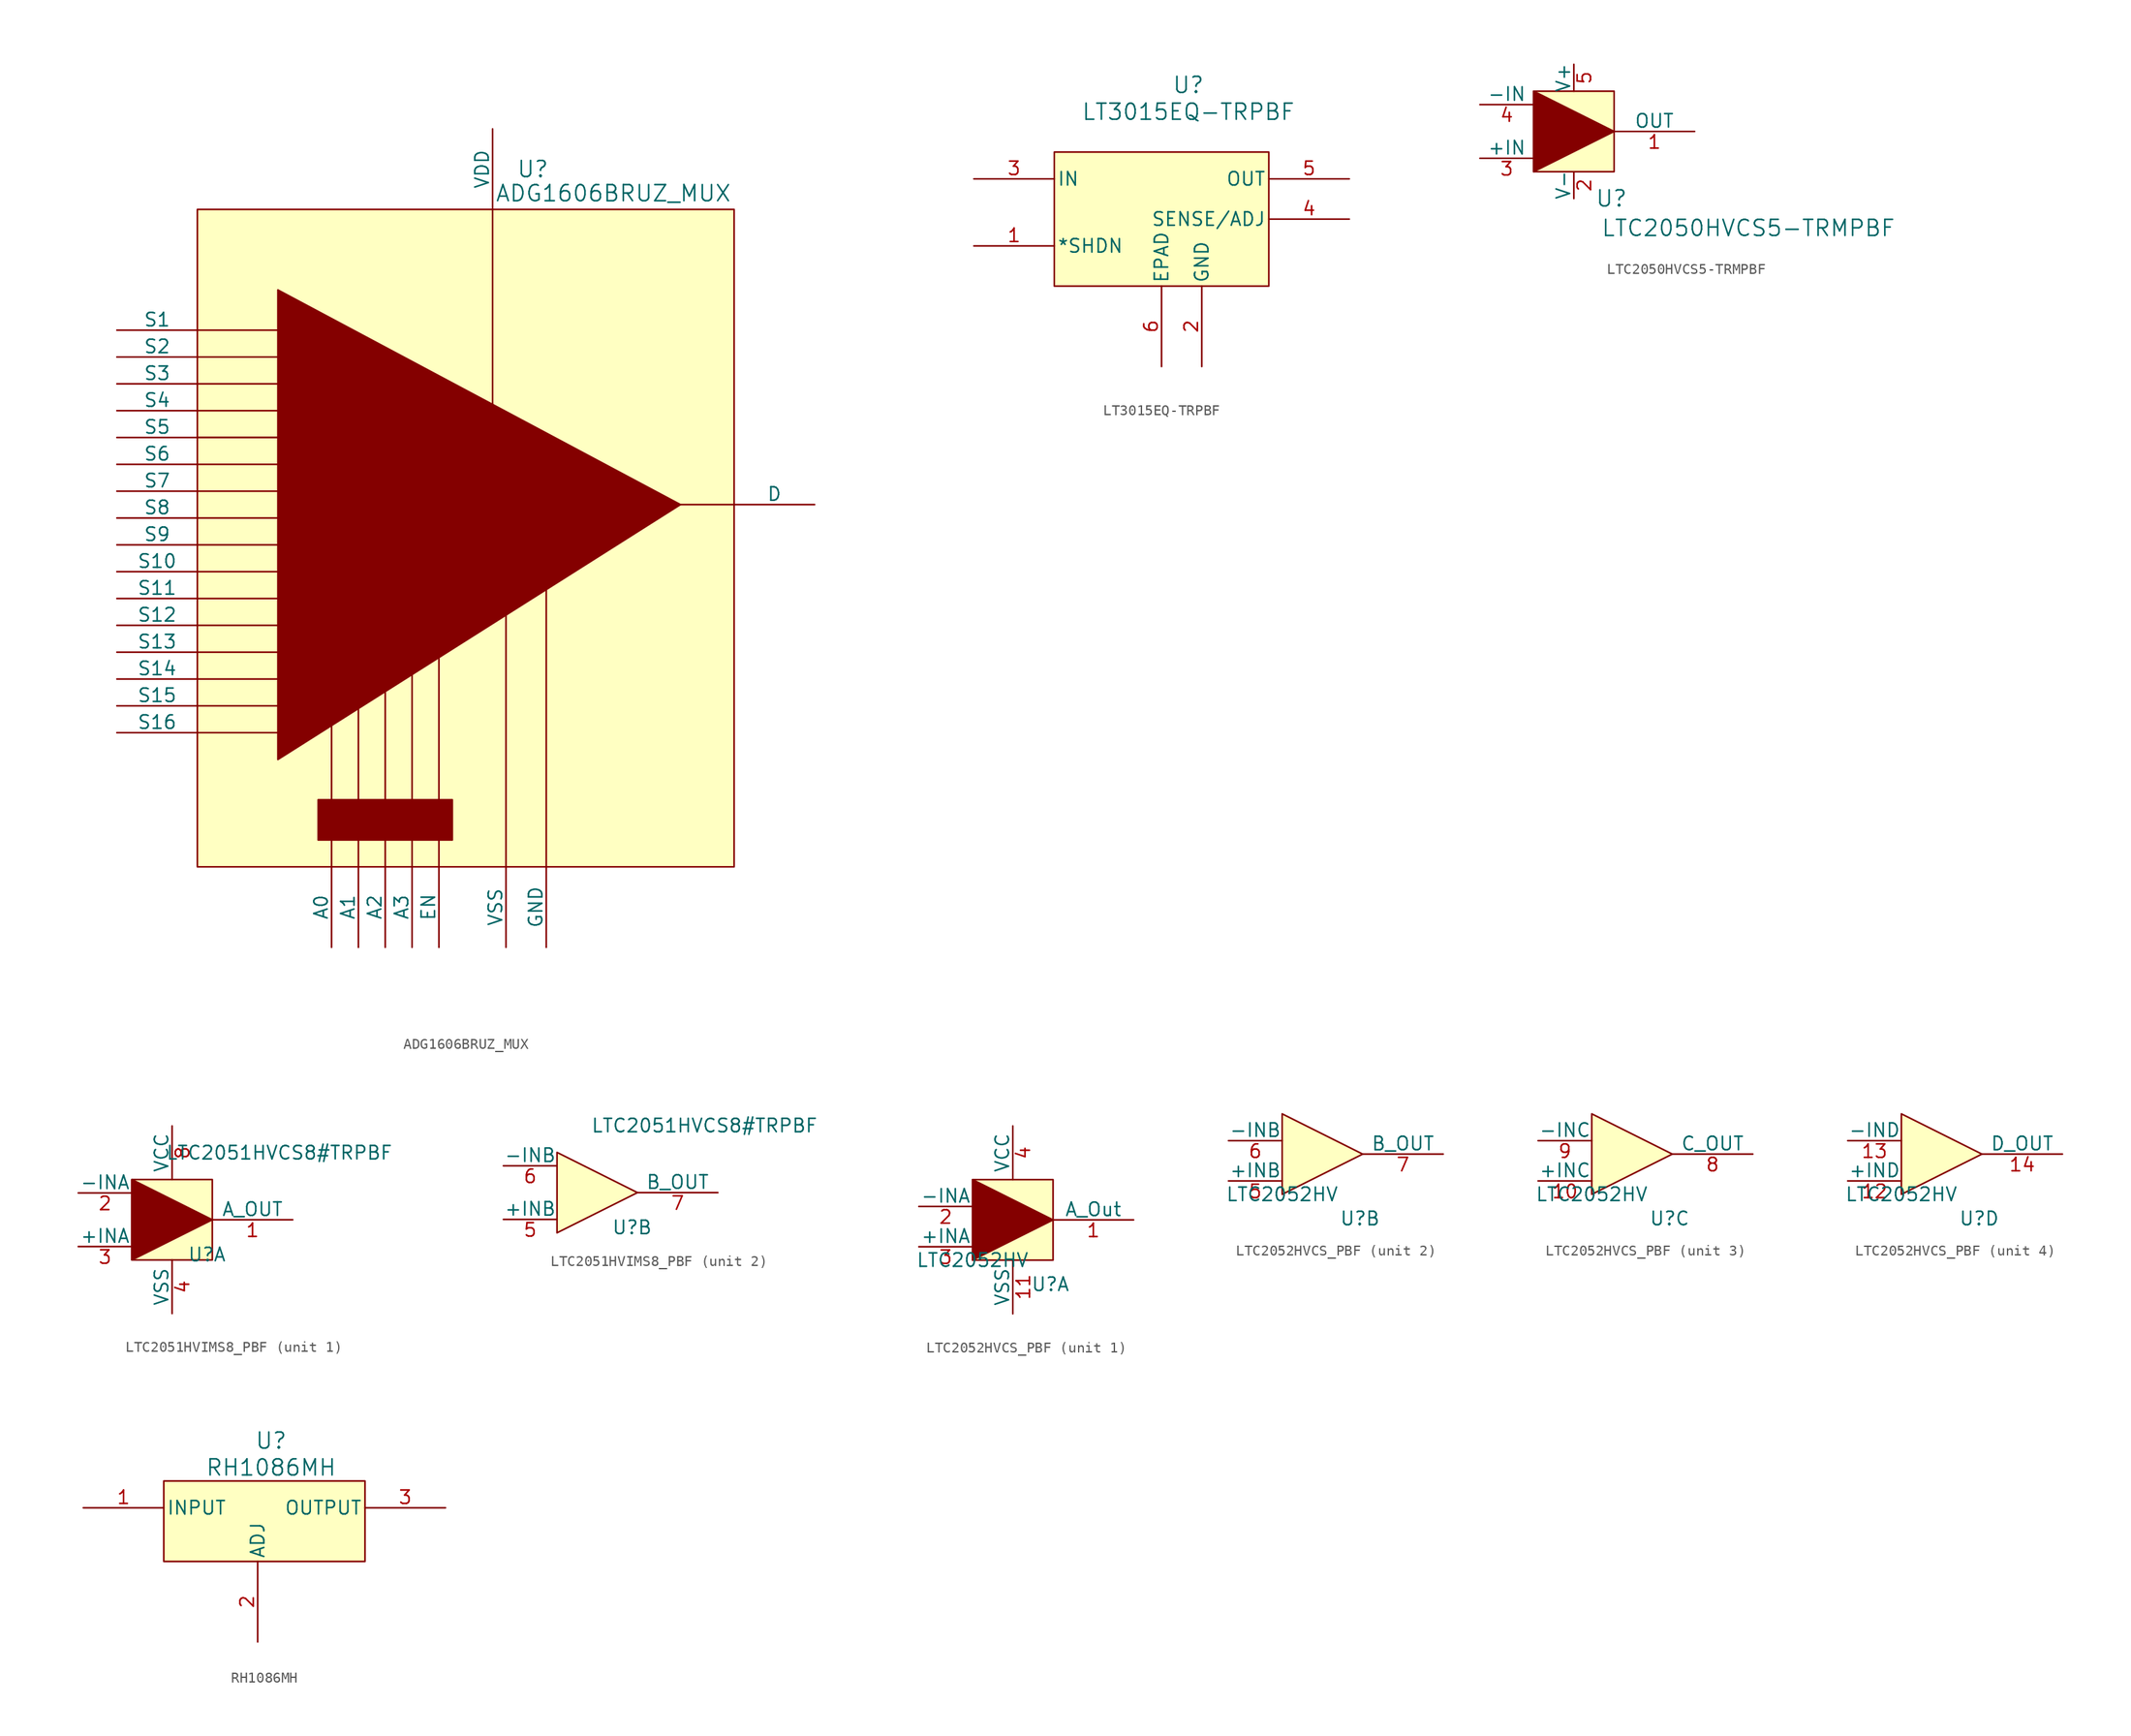
<source format=kicad_sym>
(kicad_symbol_lib
  (version 20241209)
  (generator "kicad_symbol_editor")
  (generator_version "9.0")
  (symbol "ADG1606BRUZ_MUX"
    (pin_numbers
      (hide yes))
    (pin_names
      (offset 0))
    (property "Reference" "U"
      (at 31.75 66.04 0)
      (effects (font (size 1.524 1.524))))
    (property "Value" "ADG1606BRUZ_MUX"
      (at 39.37 63.754 0)
      (effects (font (size 1.524 1.524))))
    (symbol "ADG1606BRUZ_MUX_0_1"
      (polyline (pts (xy 0 43.18) (xy 7.62 43.18)) (stroke (width 0) (type default)) (fill (type none)))
      (polyline (pts (xy 0 40.64) (xy 7.62 40.64)) (stroke (width 0) (type default)) (fill (type none)))
      (polyline (pts (xy 0 30.48) (xy 7.62 30.48)) (stroke (width 0) (type default)) (fill (type none)))
      (polyline (pts (xy 0 27.94) (xy 7.62 27.94)) (stroke (width 0) (type default)) (fill (type none)))
      (polyline (pts (xy 0 15.24) (xy 7.62 15.24)) (stroke (width 0) (type default)) (fill (type none)))
      (polyline (pts (xy 0 12.7) (xy 7.62 12.7)) (stroke (width 0) (type default)) (fill (type none)))
      (pin bidirectional line (at -7.62 50.8 0) (length 7.62) (name "S1" (effects (font (size 1.27 1.27)))) (number "19" (effects (font (size 1.27 1.27)))))
      (pin bidirectional line (at -7.62 48.26 0) (length 7.62) (name "S2" (effects (font (size 1.27 1.27)))) (number "20" (effects (font (size 1.27 1.27)))))
      (pin bidirectional line (at -7.62 45.72 0) (length 7.62) (name "S3" (effects (font (size 1.27 1.27)))) (number "21" (effects (font (size 1.27 1.27)))))
      (pin bidirectional line (at -7.62 43.18 0) (length 7.62) (name "S4" (effects (font (size 1.27 1.27)))) (number "22" (effects (font (size 1.27 1.27)))))
      (pin bidirectional line (at -7.62 40.64 0) (length 7.62) (name "S5" (effects (font (size 1.27 1.27)))) (number "23" (effects (font (size 1.27 1.27)))))
      (pin bidirectional line (at -7.62 38.1 0) (length 7.62) (name "S6" (effects (font (size 1.27 1.27)))) (number "24" (effects (font (size 1.27 1.27)))))
      (pin bidirectional line (at -7.62 35.56 0) (length 7.62) (name "S7" (effects (font (size 1.27 1.27)))) (number "25" (effects (font (size 1.27 1.27)))))
      (pin bidirectional line (at -7.62 33.02 0) (length 7.62) (name "S8" (effects (font (size 1.27 1.27)))) (number "26" (effects (font (size 1.27 1.27)))))
      (pin bidirectional line (at -7.62 30.48 0) (length 7.62) (name "S9" (effects (font (size 1.27 1.27)))) (number "11" (effects (font (size 1.27 1.27)))))
      (pin bidirectional line (at -7.62 27.94 0) (length 7.62) (name "S10" (effects (font (size 1.27 1.27)))) (number "10" (effects (font (size 1.27 1.27)))))
      (pin bidirectional line (at -7.62 25.4 0) (length 7.62) (name "S11" (effects (font (size 1.27 1.27)))) (number "9" (effects (font (size 1.27 1.27)))))
      (pin bidirectional line (at -7.62 22.86 0) (length 7.62) (name "S12" (effects (font (size 1.27 1.27)))) (number "8" (effects (font (size 1.27 1.27)))))
      (pin bidirectional line (at -7.62 20.32 0) (length 7.62) (name "S13" (effects (font (size 1.27 1.27)))) (number "7" (effects (font (size 1.27 1.27)))))
      (pin bidirectional line (at -7.62 17.78 0) (length 7.62) (name "S14" (effects (font (size 1.27 1.27)))) (number "6" (effects (font (size 1.27 1.27)))))
      (pin bidirectional line (at -7.62 15.24 0) (length 7.62) (name "S15" (effects (font (size 1.27 1.27)))) (number "5" (effects (font (size 1.27 1.27)))))
      (pin bidirectional line (at -7.62 12.7 0) (length 7.62) (name "S16" (effects (font (size 1.27 1.27)))) (number "4" (effects (font (size 1.27 1.27)))))
      (pin input line (at 12.7 -7.62 90) (length 7.62) (name "A0" (effects (font (size 1.27 1.27)))) (number "17" (effects (font (size 1.27 1.27)))))
      (pin input line (at 15.24 -7.62 90) (length 7.62) (name "A1" (effects (font (size 1.27 1.27)))) (number "16" (effects (font (size 1.27 1.27)))))
      (pin input line (at 17.78 -7.62 90) (length 7.62) (name "A2" (effects (font (size 1.27 1.27)))) (number "15" (effects (font (size 1.27 1.27)))))
      (pin input line (at 20.32 -7.62 90) (length 7.62) (name "A3" (effects (font (size 1.27 1.27)))) (number "14" (effects (font (size 1.27 1.27)))))
      (pin input line (at 22.86 -7.62 90) (length 7.62) (name "EN" (effects (font (size 1.27 1.27)))) (number "18" (effects (font (size 1.27 1.27)))))
      (pin power_in line (at 27.94 69.85 270) (length 7.62) (name "VDD" (effects (font (size 1.27 1.27)))) (number "1" (effects (font (size 1.27 1.27)))))
      (pin power_in line (at 29.21 -7.62 90) (length 7.62) (name "VSS" (effects (font (size 1.27 1.27)))) (number "27" (effects (font (size 1.27 1.27)))))
      (pin power_in line (at 33.02 -7.62 90) (length 7.62) (name "GND" (effects (font (size 1.27 1.27)))) (number "12" (effects (font (size 1.27 1.27)))))
      (pin bidirectional line (at 58.42 34.29 180) (length 7.62) (name "D" (effects (font (size 1.27 1.27)))) (number "28" (effects (font (size 1.27 1.27))))))
    (symbol "ADG1606BRUZ_MUX_1_1"
      (rectangle (start 0 62.23) (end 50.8 0) (stroke (width 0) (type default)) (fill (type background)))
      (polyline (pts (xy 0 50.8) (xy 7.62 50.8)) (stroke (width 0) (type default)) (fill (type none)))
      (polyline (pts (xy 0 48.26) (xy 7.62 48.26)) (stroke (width 0) (type default)) (fill (type none)))
      (polyline (pts (xy 0 45.72) (xy 7.62 45.72)) (stroke (width 0) (type default)) (fill (type none)))
      (polyline (pts (xy 0 40.64) (xy 7.62 40.64)) (stroke (width 0) (type default)) (fill (type none)))
      (polyline (pts (xy 0 38.1) (xy 7.62 38.1)) (stroke (width 0) (type default)) (fill (type none)))
      (polyline (pts (xy 0 35.56) (xy 7.62 35.56)) (stroke (width 0) (type default)) (fill (type none)))
      (polyline (pts (xy 0 33.02) (xy 7.62 33.02)) (stroke (width 0) (type default)) (fill (type none)))
      (polyline (pts (xy 0 25.4) (xy 7.62 25.4)) (stroke (width 0) (type default)) (fill (type none)))
      (polyline (pts (xy 0 22.86) (xy 7.62 22.86)) (stroke (width 0) (type default)) (fill (type none)))
      (polyline (pts (xy 0 20.32) (xy 7.62 20.32)) (stroke (width 0) (type default)) (fill (type none)))
      (polyline (pts (xy 0 17.78) (xy 7.62 17.78)) (stroke (width 0) (type default)) (fill (type none)))
      (polyline (pts (xy 7.62 10.16) (xy 7.62 54.61) (xy 45.72 34.29) (xy 7.62 10.16)) (stroke (width 0) (type default)) (fill (type outline)))
      (rectangle (start 11.43 6.35) (end 24.13 2.54) (stroke (width 0) (type default)) (fill (type outline)))
      (polyline (pts (xy 12.7 0) (xy 12.7 13.97)) (stroke (width 0) (type default)) (fill (type none)))
      (polyline (pts (xy 15.24 0) (xy 15.24 15.24)) (stroke (width 0) (type default)) (fill (type none)))
      (polyline (pts (xy 17.78 0) (xy 17.78 16.51)) (stroke (width 0) (type default)) (fill (type none)))
      (polyline (pts (xy 20.32 0) (xy 20.32 20.32)) (stroke (width 0) (type default)) (fill (type none)))
      (polyline (pts (xy 22.86 0) (xy 22.86 20.32)) (stroke (width 0) (type default)) (fill (type none)))
      (polyline (pts (xy 27.94 62.23) (xy 27.94 43.18)) (stroke (width 0) (type default)) (fill (type none)))
      (polyline (pts (xy 29.21 0) (xy 29.21 26.67)) (stroke (width 0) (type default)) (fill (type none)))
      (polyline (pts (xy 33.02 0) (xy 33.02 27.94)) (stroke (width 0) (type default)) (fill (type none)))
      (polyline (pts (xy 50.8 34.29) (xy 45.72 34.29)) (stroke (width 0) (type default)) (fill (type none)))
      (pin no_connect line (at -7.62 8.89 0) (length 7.62) (hide yes) (name "NC" (effects (font (size 1.27 1.27)))) (number "2" (effects (font (size 1.27 1.27)))))
      (pin no_connect line (at -7.62 6.35 0) (length 7.62) (hide yes) (name "NC" (effects (font (size 1.27 1.27)))) (number "3" (effects (font (size 1.27 1.27)))))
      (pin no_connect line (at -7.62 3.81 0) (length 7.62) (hide yes) (name "NC" (effects (font (size 1.27 1.27)))) (number "13" (effects (font (size 1.27 1.27)))))))
  (symbol "LT3015EQ-TRPBF"
    (pin_names
      (offset 0.254))
    (property "Reference" "U"
      (at 25.4 10.16 0)
      (effects (font (size 1.524 1.524))))
    (property "Value" "LT3015EQ-TRPBF"
      (at 25.4 7.62 0)
      (effects (font (size 1.524 1.524))))
    (property "ki_locked" ""
      (at 0 0 0)
      (effects (font (size 1.27 1.27))))
    (symbol "LT3015EQ-TRPBF_0_1"
      (pin input line (at 5.08 1.27 0) (length 7.62) (name "IN" (effects (font (size 1.27 1.27)))) (number "3" (effects (font (size 1.27 1.27)))))
      (pin bidirectional line (at 5.08 -5.08 0) (length 7.62) (name "*SHDN" (effects (font (size 1.27 1.27)))) (number "1" (effects (font (size 1.27 1.27)))))
      (pin unspecified line (at 22.86 -16.51 90) (length 7.62) (name "EPAD" (effects (font (size 1.27 1.27)))) (number "6" (effects (font (size 1.27 1.27)))))
      (pin power_in line (at 26.67 -16.51 90) (length 7.62) (name "GND" (effects (font (size 1.27 1.27)))) (number "2" (effects (font (size 1.27 1.27)))))
      (pin output line (at 40.64 1.27 180) (length 7.62) (name "OUT" (effects (font (size 1.27 1.27)))) (number "5" (effects (font (size 1.27 1.27)))))
      (pin input line (at 40.64 -2.54 180) (length 7.62) (name "SENSE/ADJ" (effects (font (size 1.27 1.27)))) (number "4" (effects (font (size 1.27 1.27))))))
    (symbol "LT3015EQ-TRPBF_1_1"
      (rectangle (start 12.7 3.81) (end 33.02 -8.89) (stroke (width 0) (type default)) (fill (type background)))))
  (symbol "LTC2050HVCS5-TRMPBF"
    (pin_names
      (offset 0))
    (property "Reference" "U"
      (at 7.366 -2.54 0)
      (effects (font (size 1.524 1.524))))
    (property "Value" "LTC2050HVCS5-TRMPBF"
      (at 20.32 -5.334 0)
      (effects (font (size 1.524 1.524))))
    (symbol "LTC2050HVCS5-TRMPBF_1_1"
      (rectangle (start 0 7.62) (end 7.62 0) (stroke (width 0) (type default)) (fill (type background)))
      (polyline (pts (xy 0 0) (xy 0 7.62) (xy 7.62 3.81) (xy 0 0)) (stroke (width 0) (type default)) (fill (type outline)))
      (pin input line (at -5.08 6.35 0) (length 5.08) (name "-IN" (effects (font (size 1.27 1.27)))) (number "4" (effects (font (size 1.27 1.27)))))
      (pin input line (at -5.08 1.27 0) (length 5.08) (name "+IN" (effects (font (size 1.27 1.27)))) (number "3" (effects (font (size 1.27 1.27)))))
      (pin power_in line (at 3.81 10.16 270) (length 2.54) (name "V+" (effects (font (size 1.27 1.27)))) (number "5" (effects (font (size 1.27 1.27)))))
      (pin power_in line (at 3.81 -2.54 90) (length 2.54) (name "V-" (effects (font (size 1.27 1.27)))) (number "2" (effects (font (size 1.27 1.27)))))
      (pin output line (at 15.24 3.81 180) (length 7.62) (name "OUT" (effects (font (size 1.27 1.27)))) (number "1" (effects (font (size 1.27 1.27)))))))
  (symbol "LTC2051HVIMS8_PBF"
    (pin_names
      (offset 0))
    (property "Reference" "U"
      (at 7.112 0.508 0)
      (effects (font (size 1.27 1.27))))
    (property "Value" "LTC2051HVCS8#TRPBF"
      (at 13.97 10.16 0)
      (effects (font (size 1.27 1.27))))
    (property "ki_locked" ""
      (at 0 0 0)
      (effects (font (size 1.27 1.27))))
    (symbol "LTC2051HVIMS8_PBF_1_1"
      (rectangle (start 0 7.62) (end 7.62 0) (stroke (width 0) (type default)) (fill (type background)))
      (polyline (pts (xy 0 0) (xy 0 7.62) (xy 7.62 3.81) (xy 0 0)) (stroke (width 0) (type default)) (fill (type outline)))
      (pin input line (at -5.08 6.35 0) (length 5.08) (name "-INA" (effects (font (size 1.27 1.27)))) (number "2" (effects (font (size 1.27 1.27)))))
      (pin input line (at -5.08 1.27 0) (length 5.08) (name "+INA" (effects (font (size 1.27 1.27)))) (number "3" (effects (font (size 1.27 1.27)))))
      (pin power_in line (at 3.81 12.7 270) (length 5.08) (name "VCC" (effects (font (size 1.27 1.27)))) (number "8" (effects (font (size 1.27 1.27)))))
      (pin power_in line (at 3.81 -5.08 90) (length 5.08) (name "VSS" (effects (font (size 1.27 1.27)))) (number "4" (effects (font (size 1.27 1.27)))))
      (pin output line (at 15.24 3.81 180) (length 7.62) (name "A_OUT" (effects (font (size 1.27 1.27)))) (number "1" (effects (font (size 1.27 1.27))))))
    (symbol "LTC2051HVIMS8_PBF_2_1"
      (polyline (pts (xy 0 0) (xy 0 7.62) (xy 7.62 3.81) (xy 0 0)) (stroke (width 0) (type default)) (fill (type background)))
      (pin input line (at -5.08 6.35 0) (length 5.08) (name "-INB" (effects (font (size 1.27 1.27)))) (number "6" (effects (font (size 1.27 1.27)))))
      (pin input line (at -5.08 1.27 0) (length 5.08) (name "+INB" (effects (font (size 1.27 1.27)))) (number "5" (effects (font (size 1.27 1.27)))))
      (pin output line (at 15.24 3.81 180) (length 7.62) (name "B_OUT" (effects (font (size 1.27 1.27)))) (number "7" (effects (font (size 1.27 1.27)))))))
  (symbol "LTC2052HVCS_PBF"
    (pin_names
      (offset 0))
    (property "Reference" "U"
      (at 7.366 -2.286 0)
      (effects (font (size 1.27 1.27))))
    (property "Value" "LTC2052HV"
      (at 0 0 0)
      (effects (font (size 1.27 1.27))))
    (property "ki_locked" ""
      (at 0 0 0)
      (effects (font (size 1.27 1.27))))
    (symbol "LTC2052HVCS_PBF_1_1"
      (rectangle (start 0 7.62) (end 7.62 0) (stroke (width 0) (type default)) (fill (type background)))
      (polyline (pts (xy 0 0) (xy 0 7.62) (xy 7.62 3.81) (xy 0 0)) (stroke (width 0) (type default)) (fill (type outline)))
      (pin input line (at -5.08 5.08 0) (length 5.08) (name "-INA" (effects (font (size 1.27 1.27)))) (number "2" (effects (font (size 1.27 1.27)))))
      (pin input line (at -5.08 1.27 0) (length 5.08) (name "+INA" (effects (font (size 1.27 1.27)))) (number "3" (effects (font (size 1.27 1.27)))))
      (pin power_in line (at 3.81 12.7 270) (length 5.08) (name "VCC" (effects (font (size 1.27 1.27)))) (number "4" (effects (font (size 1.27 1.27)))))
      (pin power_in line (at 3.81 -5.08 90) (length 5.08) (name "VSS" (effects (font (size 1.27 1.27)))) (number "11" (effects (font (size 1.27 1.27)))))
      (pin output line (at 15.24 3.81 180) (length 7.62) (name "A_Out" (effects (font (size 1.27 1.27)))) (number "1" (effects (font (size 1.27 1.27))))))
    (symbol "LTC2052HVCS_PBF_2_1"
      (polyline (pts (xy 0 0) (xy 0 7.62) (xy 7.62 3.81) (xy 0 0)) (stroke (width 0) (type default)) (fill (type background)))
      (pin input line (at -5.08 5.08 0) (length 5.08) (name "-INB" (effects (font (size 1.27 1.27)))) (number "6" (effects (font (size 1.27 1.27)))))
      (pin input line (at -5.08 1.27 0) (length 5.08) (name "+INB" (effects (font (size 1.27 1.27)))) (number "5" (effects (font (size 1.27 1.27)))))
      (pin output line (at 15.24 3.81 180) (length 7.62) (name "B_OUT" (effects (font (size 1.27 1.27)))) (number "7" (effects (font (size 1.27 1.27))))))
    (symbol "LTC2052HVCS_PBF_3_1"
      (polyline (pts (xy 0 0) (xy 0 7.62) (xy 7.62 3.81) (xy 0 0)) (stroke (width 0) (type default)) (fill (type background)))
      (pin input line (at -5.08 5.08 0) (length 5.08) (name "-INC" (effects (font (size 1.27 1.27)))) (number "9" (effects (font (size 1.27 1.27)))))
      (pin input line (at -5.08 1.27 0) (length 5.08) (name "+INC" (effects (font (size 1.27 1.27)))) (number "10" (effects (font (size 1.27 1.27)))))
      (pin output line (at 15.24 3.81 180) (length 7.62) (name "C_OUT" (effects (font (size 1.27 1.27)))) (number "8" (effects (font (size 1.27 1.27))))))
    (symbol "LTC2052HVCS_PBF_4_1"
      (polyline (pts (xy 0 0) (xy 0 7.62) (xy 7.62 3.81) (xy 0 0)) (stroke (width 0) (type default)) (fill (type background)))
      (pin input line (at -5.08 5.08 0) (length 5.08) (name "-IND" (effects (font (size 1.27 1.27)))) (number "13" (effects (font (size 1.27 1.27)))))
      (pin input line (at -5.08 1.27 0) (length 5.08) (name "+IND" (effects (font (size 1.27 1.27)))) (number "12" (effects (font (size 1.27 1.27)))))
      (pin output line (at 15.24 3.81 180) (length 7.62) (name "D_OUT" (effects (font (size 1.27 1.27)))) (number "14" (effects (font (size 1.27 1.27)))))))
  (symbol "RH1086MH"
    (pin_names
      (offset 0.254))
    (property "Reference" "U"
      (at 17.78 6.35 0)
      (effects (font (size 1.524 1.524))))
    (property "Value" "RH1086MH"
      (at 17.78 3.81 0)
      (effects (font (size 1.524 1.524))))
    (property "ki_locked" ""
      (at 0 0 0)
      (effects (font (size 1.27 1.27))))
    (symbol "RH1086MH_0_1"
      (pin unspecified line (at 0 0 0) (length 7.62) (name "INPUT" (effects (font (size 1.27 1.27)))) (number "1" (effects (font (size 1.27 1.27)))))
      (pin unspecified line (at 16.51 -12.7 90) (length 7.62) (name "ADJ" (effects (font (size 1.27 1.27)))) (number "2" (effects (font (size 1.27 1.27))))))
    (symbol "RH1086MH_1_1"
      (rectangle (start 7.62 2.54) (end 26.67 -5.08) (stroke (width 0) (type default)) (fill (type background)))
      (pin unspecified line (at 34.29 0 180) (length 7.62) (name "OUTPUT" (effects (font (size 1.27 1.27)))) (number "3" (effects (font (size 1.27 1.27))))))))
</source>
